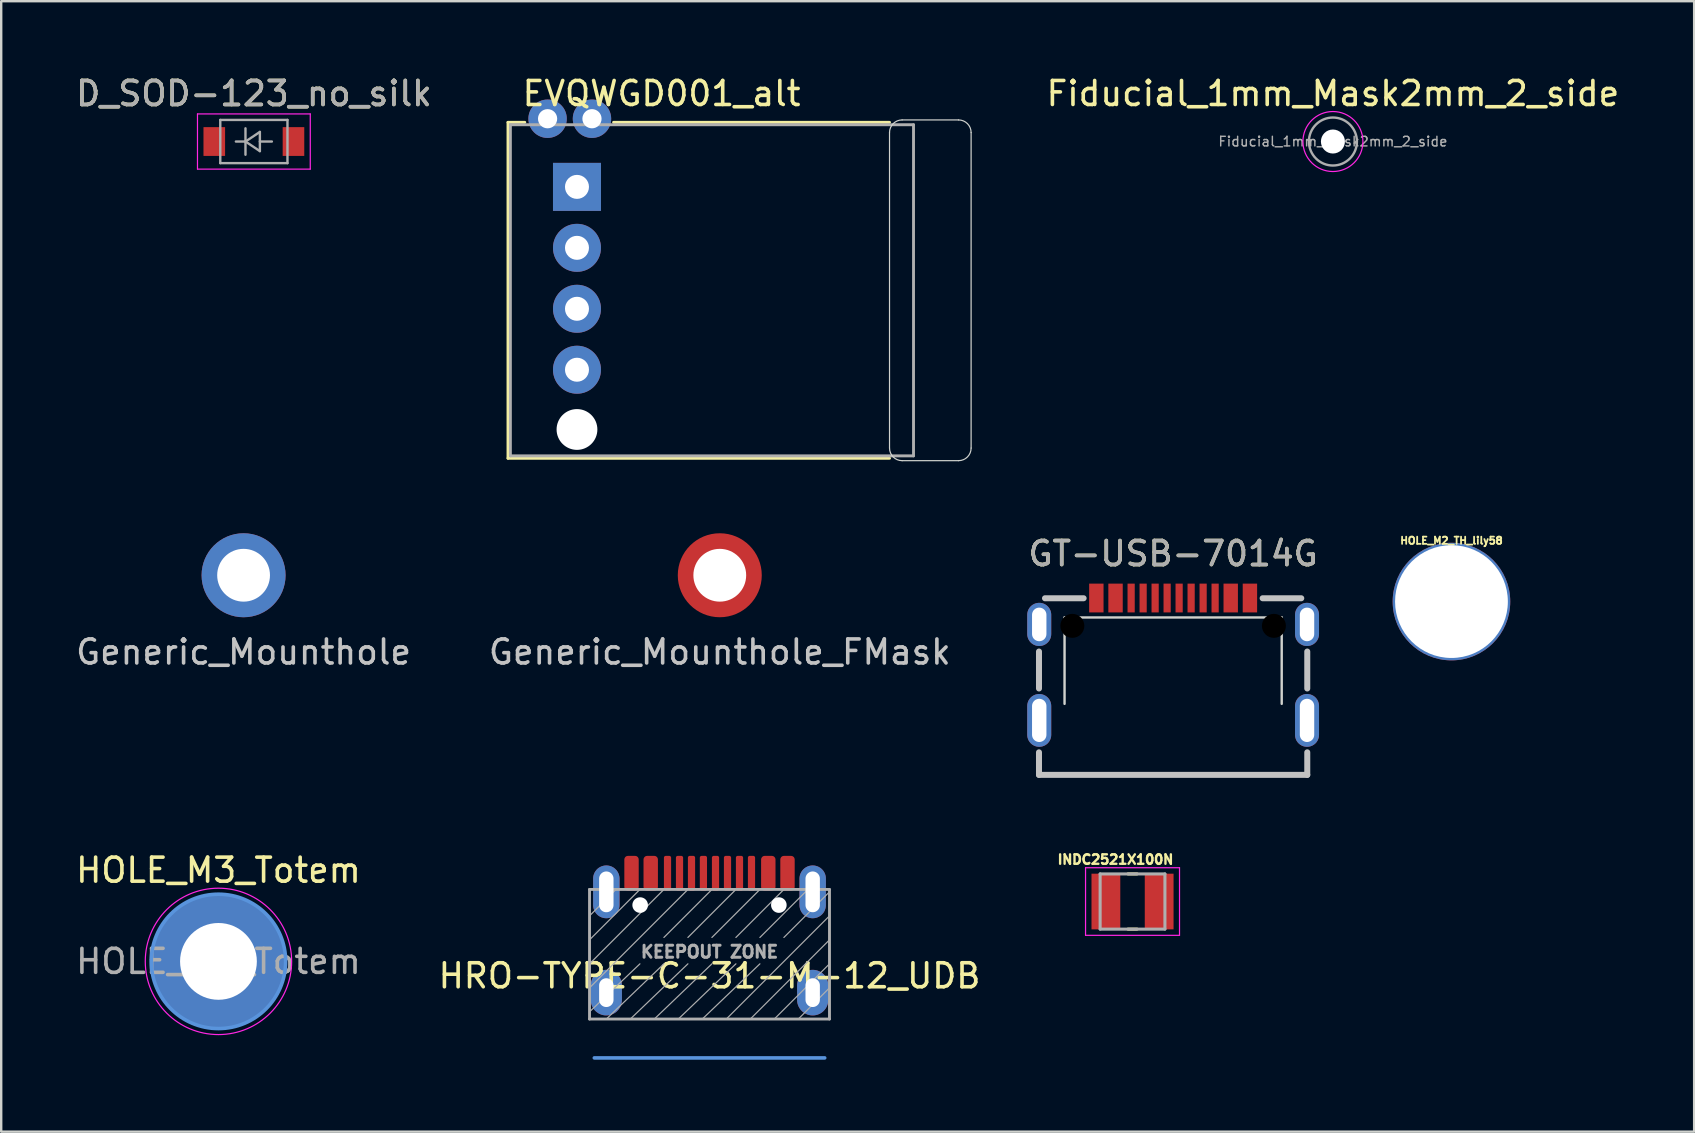
<source format=kicad_pcb>
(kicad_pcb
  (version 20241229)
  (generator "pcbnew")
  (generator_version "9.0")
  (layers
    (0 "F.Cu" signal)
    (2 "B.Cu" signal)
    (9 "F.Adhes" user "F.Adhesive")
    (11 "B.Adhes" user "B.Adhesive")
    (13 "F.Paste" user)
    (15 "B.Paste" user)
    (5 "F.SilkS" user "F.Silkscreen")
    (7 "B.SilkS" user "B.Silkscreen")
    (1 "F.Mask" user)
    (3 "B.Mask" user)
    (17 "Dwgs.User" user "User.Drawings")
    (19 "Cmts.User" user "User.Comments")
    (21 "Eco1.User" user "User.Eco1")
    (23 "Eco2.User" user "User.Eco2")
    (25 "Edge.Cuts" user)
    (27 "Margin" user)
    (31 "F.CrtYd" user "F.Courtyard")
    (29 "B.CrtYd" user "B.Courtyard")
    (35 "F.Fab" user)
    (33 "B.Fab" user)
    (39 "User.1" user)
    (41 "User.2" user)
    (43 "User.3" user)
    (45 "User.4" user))
  (footprint "HOLE_M2_TH_lily58"
    (layer "F.Cu")
    (at 57.438 22.02)
    (property "Reference" "HOLE_M2_TH_lily58" (at 0 -2.54 0) (layer "F.SilkS") (effects (font (size 0.3 0.3) (thickness 0.076))))
    (attr through_hole)
    (pad "" thru_hole circle (at 0 0 90) (size 4.9 4.9) (drill 4.7) (layers "*.Cu" "*.Mask")))
  (footprint "Generic_Mounthole_FMask"
    (layer "F.Cu")
    (at 26.946 20.923)
    (property "Reference" "Generic_Mounthole_FMask" (at 0 3.2 0) (layer "Dwgs.User") (effects (font (size 1 1) (thickness 0.15))))
    (attr exclude_from_pos_files exclude_from_bom)
    (pad "" np_thru_hole circle (at 0 0) (size 3.5 3.5) (drill 2.2) (layers "F.Cu" "F.Mask")))
  (footprint "EVQWGD001_alt"
    (layer "F.Cu")
    (at 27.12 11.748)
    (property "Reference" "EVQWGD001_alt" (at -2.6 -10.9 0) (layer "F.SilkS") (effects (font (size 1 1) (thickness 0.15))))
    (attr through_hole)
    (fp_line (start -9 -9.7) (end -8.3 -9.7) (stroke (width 0.12) (type solid)) (layer "F.SilkS"))
    (fp_line (start -9 4.3) (end -9 -9.7) (stroke (width 0.12) (type solid)) (layer "F.SilkS"))
    (fp_line (start -4.6 -9.7) (end 6.9 -9.7) (stroke (width 0.12) (type solid)) (layer "F.SilkS"))
    (fp_line (start 6.9 4.3) (end -9 4.3) (stroke (width 0.12) (type solid)) (layer "F.SilkS"))
    (fp_line (start 6.9 -9.275) (end 6.9 3.875) (stroke (width 0.05) (type solid)) (layer "Edge.Cuts"))
    (fp_line (start 7.425 4.4) (end 9.775 4.4) (stroke (width 0.05) (type solid)) (layer "Edge.Cuts"))
    (fp_line (start 9.775 -9.8) (end 7.425 -9.8) (stroke (width 0.05) (type solid)) (layer "Edge.Cuts"))
    (fp_line (start 10.3 3.875) (end 10.3 -9.275) (stroke (width 0.05) (type solid)) (layer "Edge.Cuts"))
    (fp_arc (start 6.9 -9.275) (mid 7.053769 -9.646231) (end 7.425 -9.8) (stroke (width 0.05) (type solid)) (layer "Edge.Cuts"))
    (fp_arc (start 7.425 4.4) (mid 7.053769 4.246231) (end 6.9 3.875) (stroke (width 0.05) (type solid)) (layer "Edge.Cuts"))
    (fp_arc (start 9.775 -9.8) (mid 10.146231 -9.646231) (end 10.3 -9.275) (stroke (width 0.05) (type solid)) (layer "Edge.Cuts"))
    (fp_arc (start 10.3 3.875) (mid 10.146231 4.246231) (end 9.775 4.4) (stroke (width 0.05) (type solid)) (layer "Edge.Cuts"))
    (fp_line (start -8.9 -9.6) (end 7.9 -9.6) (stroke (width 0.12) (type solid)) (layer "F.Fab"))
    (fp_line (start -8.9 4.2) (end -8.9 -9.6) (stroke (width 0.12) (type solid)) (layer "F.Fab"))
    (fp_line (start 7.9 -9.6) (end 7.9 4.2) (stroke (width 0.12) (type solid)) (layer "F.Fab"))
    (fp_line (start 7.9 4.2) (end -8.9 4.2) (stroke (width 0.12) (type solid)) (layer "F.Fab"))
    (pad "" np_thru_hole circle (at -6.125 3.1) (size 1.7 1.7) (drill 1.7) (layers "*.Cu" "*.Mask"))
    (pad "A" thru_hole rect (at -6.125 -7.01) (size 2 2) (drill 1) (layers "*.Cu" "*.Mask"))
    (pad "B" thru_hole circle (at -6.125 -4.47) (size 2 2) (drill 1) (layers "*.Cu" "*.Mask"))
    (pad "C" thru_hole circle (at -6.125 -1.93) (size 2 2) (drill 1) (layers "*.Cu" "*.Mask"))
    (pad "D" thru_hole circle (at -6.125 0.61) (size 2 2) (drill 1) (layers "*.Cu" "*.Mask"))
    (pad "S1" thru_hole circle (at -7.35 -9.85) (size 1.6 1.6) (drill 0.8) (layers "*.Cu" "*.Mask"))
    (pad "S2" thru_hole circle (at -5.5 -9.85) (size 1.6 1.6) (drill 0.8) (layers "*.Cu" "*.Mask")))
  (footprint "D_SOD-123_no_silk"
    (layer "F.Cu")
    (at 7.53 2.848)
    (property "Reference" "D_SOD-123_no_silk" (at 0 -2 0) (layer "F.SilkS") (effects (font (size 1 1) (thickness 0.15))))
    (attr smd)
    (fp_line (start -2.35 -1.15) (end -2.35 1.15) (stroke (width 0.05) (type solid)) (layer "F.CrtYd"))
    (fp_line (start -2.35 -1.15) (end 2.35 -1.15) (stroke (width 0.05) (type solid)) (layer "F.CrtYd"))
    (fp_line (start 2.35 -1.15) (end 2.35 1.15) (stroke (width 0.05) (type solid)) (layer "F.CrtYd"))
    (fp_line (start 2.35 1.15) (end -2.35 1.15) (stroke (width 0.05) (type solid)) (layer "F.CrtYd"))
    (fp_line (start -1.4 -0.9) (end 1.4 -0.9) (stroke (width 0.1) (type solid)) (layer "F.Fab"))
    (fp_line (start -1.4 0.9) (end -1.4 -0.9) (stroke (width 0.1) (type solid)) (layer "F.Fab"))
    (fp_line (start -0.75 0) (end -0.35 0) (stroke (width 0.1) (type solid)) (layer "F.Fab"))
    (fp_line (start -0.35 0) (end -0.35 -0.55) (stroke (width 0.1) (type solid)) (layer "F.Fab"))
    (fp_line (start -0.35 0) (end -0.35 0.55) (stroke (width 0.1) (type solid)) (layer "F.Fab"))
    (fp_line (start -0.35 0) (end 0.25 -0.4) (stroke (width 0.1) (type solid)) (layer "F.Fab"))
    (fp_line (start 0.25 -0.4) (end 0.25 0.4) (stroke (width 0.1) (type solid)) (layer "F.Fab"))
    (fp_line (start 0.25 0) (end 0.75 0) (stroke (width 0.1) (type solid)) (layer "F.Fab"))
    (fp_line (start 0.25 0.4) (end -0.35 0) (stroke (width 0.1) (type solid)) (layer "F.Fab"))
    (fp_line (start 1.4 -0.9) (end 1.4 0.9) (stroke (width 0.1) (type solid)) (layer "F.Fab"))
    (fp_line (start 1.4 0.9) (end -1.4 0.9) (stroke (width 0.1) (type solid)) (layer "F.Fab"))
    (fp_text user "${REFERENCE}" (at 0 -2 0) (layer "F.Fab") (effects (font (size 1 1) (thickness 0.15))))
    (pad "1" smd rect (at -1.65 0) (size 0.9 1.2) (layers "F.Cu" "F.Mask" "F.Paste"))
    (pad "2" smd rect (at 1.65 0) (size 0.9 1.2) (layers "F.Cu" "F.Mask" "F.Paste")))
  (footprint "HRO-TYPE-C-31-M-12_UDB"
    (layer "F.Cu")
    (at 26.518 32.617)
    (property "Reference" "HRO-TYPE-C-31-M-12_UDB" (at 0 5 180) (layer "F.SilkS") (effects (font (size 1 1) (thickness 0.15))))
    (attr through_hole)
    (fp_line (start 4.8 8.42) (end -4.8 8.42) (stroke (width 0.15) (type solid)) (layer "Cmts.User"))
    (fp_line (start -5 1.4) (end -5 6.8) (stroke (width 0.12) (type solid)) (layer "F.Fab"))
    (fp_line (start -5 2.5) (end -3.9 1.4) (stroke (width 0.05) (type solid)) (layer "F.Fab"))
    (fp_line (start -5 3.5) (end -2.9 1.4) (stroke (width 0.05) (type solid)) (layer "F.Fab"))
    (fp_line (start -5 4.5) (end -1.9 1.4) (stroke (width 0.05) (type solid)) (layer "F.Fab"))
    (fp_line (start -5 5.5) (end -0.9 1.4) (stroke (width 0.05) (type solid)) (layer "F.Fab"))
    (fp_line (start -5 6.5) (end -2.9 4.5) (stroke (width 0.05) (type solid)) (layer "F.Fab"))
    (fp_line (start -5 6.8) (end 5 6.8) (stroke (width 0.12) (type solid)) (layer "F.Fab"))
    (fp_line (start -4.3 6.8) (end -1.9 4.5) (stroke (width 0.05) (type solid)) (layer "F.Fab"))
    (fp_line (start -3.3 6.8) (end -0.9 4.5) (stroke (width 0.05) (type solid)) (layer "F.Fab"))
    (fp_line (start -2.3 6.8) (end 0.1 4.5) (stroke (width 0.05) (type solid)) (layer "F.Fab"))
    (fp_line (start -1.9 3.4) (end 0.1 1.4) (stroke (width 0.05) (type solid)) (layer "F.Fab"))
    (fp_line (start -1.3 6.8) (end 1.1 4.5) (stroke (width 0.05) (type solid)) (layer "F.Fab"))
    (fp_line (start -0.9 3.4) (end 1.1 1.4) (stroke (width 0.05) (type solid)) (layer "F.Fab"))
    (fp_line (start -0.3 6.8) (end 2.1 4.5) (stroke (width 0.05) (type solid)) (layer "F.Fab"))
    (fp_line (start 0.1 3.4) (end 2.1 1.4) (stroke (width 0.05) (type solid)) (layer "F.Fab"))
    (fp_line (start 0.7 6.8) (end 5 2.5) (stroke (width 0.05) (type solid)) (layer "F.Fab"))
    (fp_line (start 1.1 3.4) (end 3.1 1.4) (stroke (width 0.05) (type solid)) (layer "F.Fab"))
    (fp_line (start 1.7 6.8) (end 5 3.5) (stroke (width 0.05) (type solid)) (layer "F.Fab"))
    (fp_line (start 2.1 3.4) (end 4.1 1.4) (stroke (width 0.05) (type solid)) (layer "F.Fab"))
    (fp_line (start 2.7 6.8) (end 5 4.5) (stroke (width 0.05) (type solid)) (layer "F.Fab"))
    (fp_line (start 3.1 3.4) (end 5 1.5) (stroke (width 0.05) (type solid)) (layer "F.Fab"))
    (fp_line (start 3.7 6.8) (end 5 5.5) (stroke (width 0.05) (type solid)) (layer "F.Fab"))
    (fp_line (start 5 1.4) (end -5 1.4) (stroke (width 0.12) (type solid)) (layer "F.Fab"))
    (fp_line (start 5 6.8) (end 5 1.4) (stroke (width 0.12) (type solid)) (layer "F.Fab"))
    (fp_text user "KEEPOUT ZONE" (at 0 4 180) (layer "F.Fab") (effects (font (size 0.5 0.5) (thickness 0.125))))
    (pad "" np_thru_hole circle (at -2.89 2.051) (size 0.65 0.65) (drill 0.65) (layers "*.Cu" "*.Mask"))
    (pad "" np_thru_hole circle (at 2.89 2.051) (size 0.65 0.65) (drill 0.65) (layers "*.Cu" "*.Mask"))
    (pad "1" smd roundrect (at -3.25 1.275) (size 0.6 1.45) (drill (offset 0 -0.55)) (layers "F.Cu" "F.Mask" "F.Paste") (roundrect_rratio 0.25))
    (pad "2" smd roundrect (at -2.45 1.275) (size 0.6 1.45) (drill (offset 0 -0.55)) (layers "F.Cu" "F.Mask" "F.Paste") (roundrect_rratio 0.25))
    (pad "3" smd roundrect (at -1.75 1.275) (size 0.3 1.45) (drill (offset 0 -0.55)) (layers "F.Cu" "F.Mask" "F.Paste") (roundrect_rratio 0.25))
    (pad "4" smd roundrect (at -1.25 1.275) (size 0.3 1.45) (drill (offset 0 -0.55)) (layers "F.Cu" "F.Mask" "F.Paste") (roundrect_rratio 0.25))
    (pad "5" smd roundrect (at -0.75 1.275) (size 0.3 1.45) (drill (offset 0 -0.55)) (layers "F.Cu" "F.Mask" "F.Paste") (roundrect_rratio 0.25))
    (pad "6" smd roundrect (at -0.254 1.275) (size 0.3 1.45) (drill (offset 0 -0.55)) (layers "F.Cu" "F.Mask" "F.Paste") (roundrect_rratio 0.25))
    (pad "7" smd roundrect (at 0.25 1.275) (size 0.3 1.45) (drill (offset 0 -0.55)) (layers "F.Cu" "F.Mask" "F.Paste") (roundrect_rratio 0.25))
    (pad "8" smd roundrect (at 0.75 1.275) (size 0.3 1.45) (drill (offset 0 -0.55)) (layers "F.Cu" "F.Mask" "F.Paste") (roundrect_rratio 0.25))
    (pad "9" smd roundrect (at 1.25 1.275) (size 0.3 1.45) (drill (offset 0 -0.55)) (layers "F.Cu" "F.Mask" "F.Paste") (roundrect_rratio 0.25))
    (pad "10" smd roundrect (at 1.75 1.275) (size 0.3 1.45) (drill (offset 0 -0.55)) (layers "F.Cu" "F.Mask" "F.Paste") (roundrect_rratio 0.25))
    (pad "11" smd roundrect (at 2.45 1.275) (size 0.6 1.45) (drill (offset 0 -0.55)) (layers "F.Cu" "F.Mask" "F.Paste") (roundrect_rratio 0.25))
    (pad "12" smd roundrect (at 3.25 1.275) (size 0.6 1.45) (drill (offset 0 -0.55)) (layers "F.Cu" "F.Mask" "F.Paste") (roundrect_rratio 0.25))
    (pad "13" thru_hole oval (at -4.3 1.5) (size 1.1 2.2) (drill oval 0.6 1.7) (layers "*.Cu" "*.Mask"))
    (pad "13" thru_hole oval (at -4.3 5.7) (size 1.3 1.9) (drill oval 0.6 1.2) (layers "*.Cu" "*.Mask"))
    (pad "13" thru_hole oval (at 4.3 1.5) (size 1.1 2.2) (drill oval 0.6 1.7) (layers "*.Cu" "*.Mask"))
    (pad "13" thru_hole oval (at 4.3 5.7) (size 1.3 1.9) (drill oval 0.6 1.2) (layers "*.Cu" "*.Mask")))
  (footprint "Generic_Mounthole"
    (layer "F.Cu")
    (at 7.101 20.923)
    (property "Reference" "Generic_Mounthole" (at 0 3.2 0) (layer "Dwgs.User") (effects (font (size 1 1) (thickness 0.15))))
    (attr exclude_from_pos_files exclude_from_bom)
    (pad "1" thru_hole circle (at 0 0) (size 3.5 3.5) (drill 2.2) (layers "*.Cu" "*.Mask")))
  (footprint "GT-USB-7014G"
    (layer "F.Cu")
    (at 45.839 24.422)
    (property "Reference" "GT-USB-7014G" (at 0 -4.4 0) (layer "F.SilkS") (effects (font (size 1 1) (thickness 0.15))))
    (attr smd)
    (fp_line (start -5.59 1.22) (end -5.59 -0.32) (stroke (width 0.25) (type solid)) (layer "Dwgs.User"))
    (fp_line (start -5.59 4.82) (end -5.59 3.88) (stroke (width 0.25) (type solid)) (layer "Dwgs.User"))
    (fp_line (start -3.73 -2.54) (end -5.34 -2.54) (stroke (width 0.25) (type solid)) (layer "Dwgs.User"))
    (fp_line (start 3.73 -2.54) (end 5.34 -2.54) (stroke (width 0.25) (type solid)) (layer "Dwgs.User"))
    (fp_line (start 5.59 -0.32) (end 5.59 1.22) (stroke (width 0.25) (type solid)) (layer "Dwgs.User"))
    (fp_line (start 5.59 3.88) (end 5.59 4.82) (stroke (width 0.25) (type solid)) (layer "Dwgs.User"))
    (fp_line (start 5.59 4.82) (end -5.59 4.82) (stroke (width 0.25) (type solid)) (layer "Dwgs.User"))
    (fp_line (start -4.525 -1.74) (end -4.525 1.86) (stroke (width 0.1) (type default)) (layer "Edge.Cuts"))
    (fp_line (start -4.525 -1.74) (end 4.525 -1.74) (stroke (width 0.1) (type default)) (layer "Edge.Cuts"))
    (fp_line (start 4.525 -1.74) (end 4.525 1.86) (stroke (width 0.1) (type default)) (layer "Edge.Cuts"))
    (fp_text user "${REFERENCE}" (at 0 -4.4 0) (layer "F.Fab") (effects (font (size 1 1) (thickness 0.15))))
    (pad "" np_thru_hole circle (at -4.2 -1.39) (size 1 1) (drill 1) (layers "*.Mask"))
    (pad "" np_thru_hole circle (at 4.2 -1.39) (size 1 1) (drill 1) (layers "*.Mask"))
    (pad "1" smd rect (at -3.2 -2.55) (size 0.6 1.2) (layers "F.Cu" "F.Mask" "F.Paste"))
    (pad "2" smd rect (at -2.4 -2.55) (size 0.6 1.2) (layers "F.Cu" "F.Mask" "F.Paste"))
    (pad "3" smd rect (at -1.75 -2.55) (size 0.3 1.2) (layers "F.Cu" "F.Mask" "F.Paste"))
    (pad "4" smd rect (at -1.25 -2.55) (size 0.3 1.2) (layers "F.Cu" "F.Mask" "F.Paste"))
    (pad "5" smd rect (at -0.75 -2.55) (size 0.3 1.2) (layers "F.Cu" "F.Mask" "F.Paste"))
    (pad "6" smd rect (at -0.25 -2.55) (size 0.3 1.2) (layers "F.Cu" "F.Mask" "F.Paste"))
    (pad "7" smd rect (at 0.25 -2.55) (size 0.3 1.2) (layers "F.Cu" "F.Mask" "F.Paste"))
    (pad "8" smd rect (at 0.75 -2.55) (size 0.3 1.2) (layers "F.Cu" "F.Mask" "F.Paste"))
    (pad "9" smd rect (at 1.25 -2.55) (size 0.3 1.2) (layers "F.Cu" "F.Mask" "F.Paste"))
    (pad "10" smd rect (at 1.75 -2.55) (size 0.3 1.2) (layers "F.Cu" "F.Mask" "F.Paste"))
    (pad "11" smd rect (at 2.4 -2.55) (size 0.6 1.2) (layers "F.Cu" "F.Mask" "F.Paste"))
    (pad "12" smd rect (at 3.2 -2.55) (size 0.6 1.2) (layers "F.Cu" "F.Mask" "F.Paste"))
    (pad "13" thru_hole oval (at -5.58 -1.45) (size 1 1.8) (drill oval 0.6 1.4) (layers "*.Cu" "*.Mask"))
    (pad "13" thru_hole oval (at -5.58 2.55) (size 1 2.2) (drill oval 0.6 1.8) (layers "*.Cu" "*.Mask"))
    (pad "13" thru_hole oval (at 5.58 -1.45) (size 1 1.8) (drill oval 0.6 1.4) (layers "*.Cu" "*.Mask"))
    (pad "13" thru_hole oval (at 5.58 2.55) (size 1 2.2) (drill oval 0.6 1.8) (layers "*.Cu" "*.Mask")))
  (footprint "INDC2521X100N"
    (layer "F.Cu")
    (at 44.147 34.52)
    (property "Reference" "INDC2521X100N" (at -0.71 -1.75 0) (layer "F.SilkS") (effects (font (size 0.394 0.394) (thickness 0.15))))
    (attr through_hole)
    (fp_line (start -0.19 -1.15) (end 0.19 -1.15) (stroke (width 0.127) (type solid)) (layer "F.SilkS"))
    (fp_line (start -0.19 1.15) (end 0.19 1.15) (stroke (width 0.127) (type solid)) (layer "F.SilkS"))
    (fp_line (start -1.958 -1.408) (end 1.958 -1.408) (stroke (width 0.05) (type solid)) (layer "F.CrtYd"))
    (fp_line (start -1.958 1.408) (end -1.958 -1.408) (stroke (width 0.05) (type solid)) (layer "F.CrtYd"))
    (fp_line (start -1.958 1.408) (end 1.958 1.408) (stroke (width 0.05) (type solid)) (layer "F.CrtYd"))
    (fp_line (start 1.958 1.408) (end 1.958 -1.408) (stroke (width 0.05) (type solid)) (layer "F.CrtYd"))
    (fp_line (start -1.35 1.15) (end -1.35 -1.15) (stroke (width 0.127) (type solid)) (layer "F.Fab"))
    (fp_line (start 1.35 -1.15) (end -1.35 -1.15) (stroke (width 0.127) (type solid)) (layer "F.Fab"))
    (fp_line (start 1.35 1.15) (end -1.35 1.15) (stroke (width 0.127) (type solid)) (layer "F.Fab"))
    (fp_line (start 1.35 1.15) (end 1.35 -1.15) (stroke (width 0.127) (type solid)) (layer "F.Fab"))
    (pad "1" smd rect (at -1.11 0) (size 1.2 2.32) (layers "F.Cu" "F.Mask" "F.Paste"))
    (pad "2" smd rect (at 1.11 0) (size 1.2 2.32) (layers "F.Cu" "F.Mask" "F.Paste")))
  (footprint "HOLE_M3_Totem"
    (layer "F.Cu")
    (at 6.054 37.015)
    (property "Reference" "HOLE_M3_Totem" (at 0 -3.8 0) (layer "F.SilkS") (effects (font (size 1 1) (thickness 0.15))))
    (attr exclude_from_pos_files exclude_from_bom)
    (fp_circle (center 0 0) (end 2.8 0) (stroke (width 0.15) (type solid)) (fill no) (layer "Cmts.User"))
    (fp_circle (center 0 0) (end 3.05 0) (stroke (width 0.05) (type solid)) (fill no) (layer "F.CrtYd"))
    (fp_text user "${REFERENCE}" (at 0 0 0) (layer "F.Fab") (effects (font (size 1 1) (thickness 0.15))))
    (pad "" thru_hole circle (at 0 0) (size 5.6 5.6) (drill 3.2) (layers "*.Cu" "*.Mask")))
  (footprint "Fiducial_1mm_Mask2mm_2_side"
    (layer "F.Cu")
    (at 52.498 2.848)
    (property "Reference" "Fiducial_1mm_Mask2mm_2_side" (at 0 -2 0) (layer "F.SilkS") (effects (font (size 1 1) (thickness 0.15))))
    (attr smd)
    (fp_circle (center 0 0) (end 1.25 0) (stroke (width 0.05) (type solid)) (fill no) (layer "F.CrtYd"))
    (fp_circle (center 0 0) (end 1 0) (stroke (width 0.1) (type solid)) (fill no) (layer "F.Fab"))
    (fp_text user "${REFERENCE}" (at 0 0 0) (layer "F.Fab") (effects (font (size 0.4 0.4) (thickness 0.06))))
    (pad "" np_thru_hole circle (at 0 0) (size 1 1) (drill 1) (layers "*.Cu" "*.Mask")))
  (gr_rect
    (start -3 -3)
    (end 67.552 44.111)
    (stroke (width 0.1) (type default))
    (fill no)
    (layer "Edge.Cuts")))
</source>
